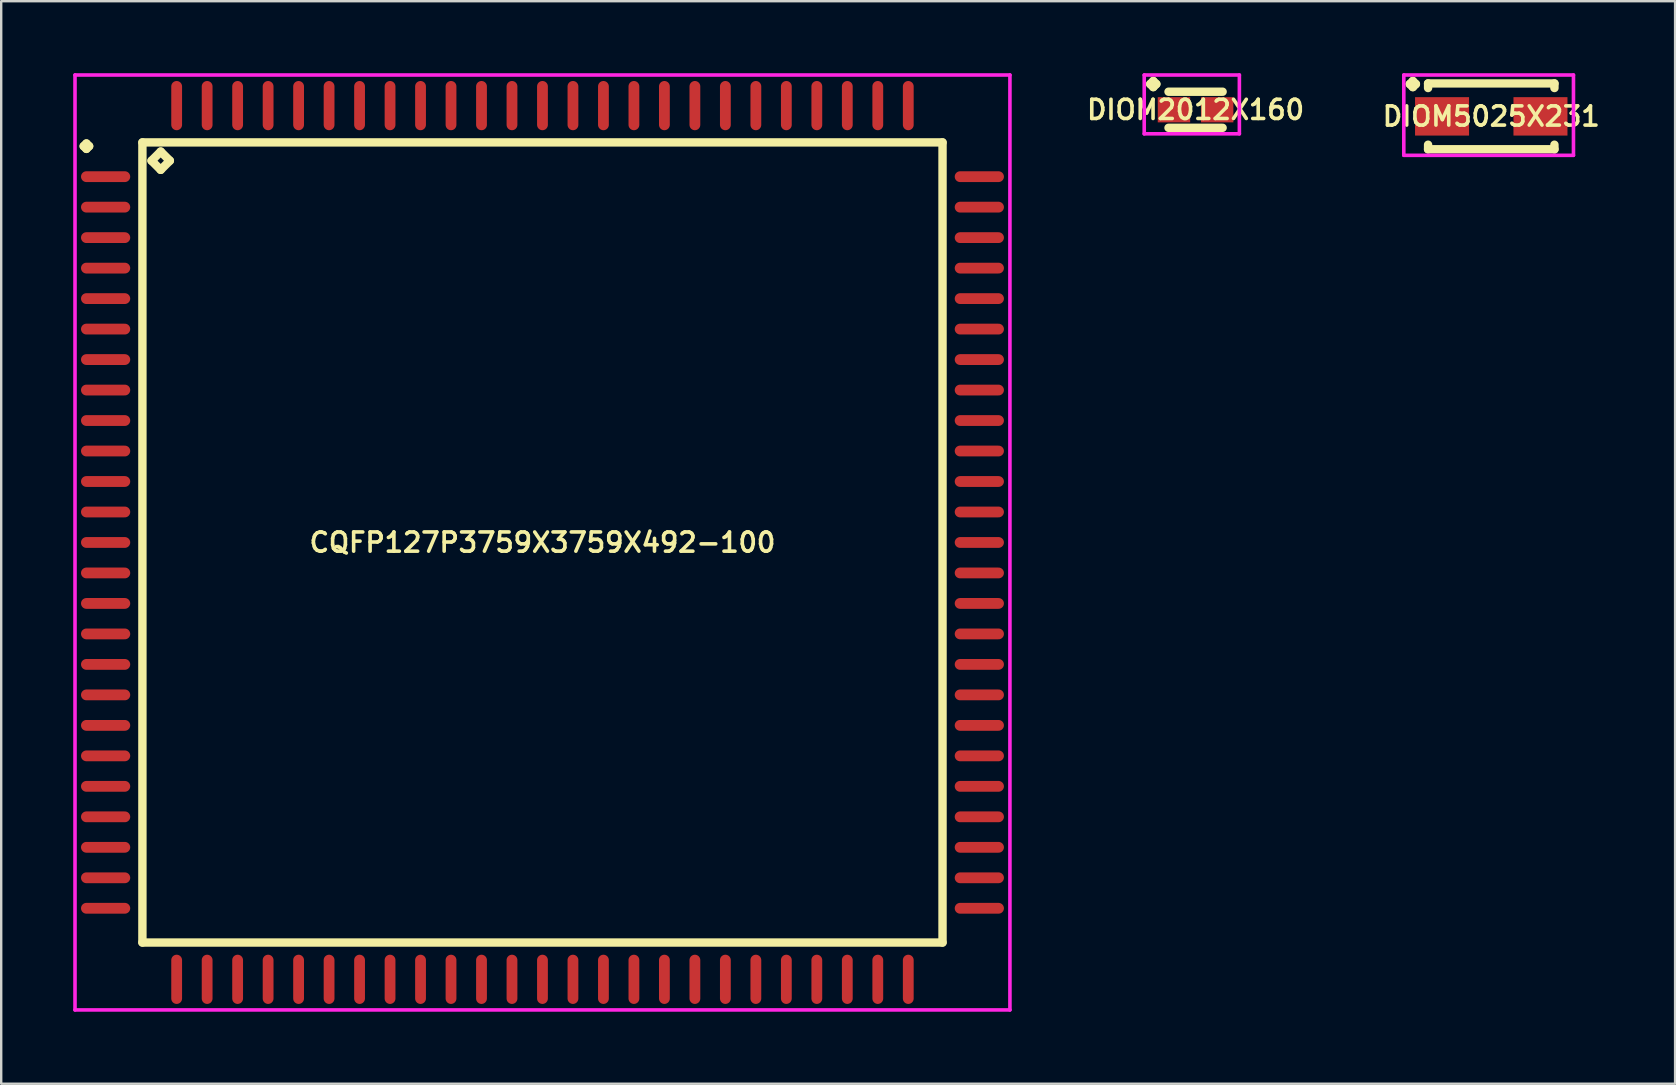
<source format=kicad_pcb>
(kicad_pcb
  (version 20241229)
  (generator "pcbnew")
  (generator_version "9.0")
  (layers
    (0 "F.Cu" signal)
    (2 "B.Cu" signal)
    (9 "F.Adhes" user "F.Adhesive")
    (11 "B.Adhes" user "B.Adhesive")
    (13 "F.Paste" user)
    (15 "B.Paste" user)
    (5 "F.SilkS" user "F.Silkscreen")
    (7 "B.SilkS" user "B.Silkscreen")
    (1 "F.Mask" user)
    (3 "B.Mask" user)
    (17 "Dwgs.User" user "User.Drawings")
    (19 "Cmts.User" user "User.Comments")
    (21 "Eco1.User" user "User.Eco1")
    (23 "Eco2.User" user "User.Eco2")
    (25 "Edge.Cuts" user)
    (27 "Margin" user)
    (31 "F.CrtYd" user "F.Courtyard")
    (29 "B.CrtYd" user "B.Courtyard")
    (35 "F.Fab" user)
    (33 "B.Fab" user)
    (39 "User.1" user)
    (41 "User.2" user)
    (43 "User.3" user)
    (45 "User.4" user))
  (footprint "DIOM5025X231"
    (layer "F.Cu")
    (at 59.078 1.798)
    (property "Reference" "DIOM5025X231" (at 0 0 0) (layer "F.SilkS") (effects (font (size 0.8 0.8) (thickness 0.15))))
    (attr smd)
    (fp_line (start -3.394 -1.346) (end -3.267 -1.473) (stroke (width 0.35) (type solid)) (layer "F.SilkS"))
    (fp_line (start -3.267 -1.473) (end -3.14 -1.346) (stroke (width 0.35) (type solid)) (layer "F.SilkS"))
    (fp_line (start -3.267 -1.219) (end -3.394 -1.346) (stroke (width 0.35) (type solid)) (layer "F.SilkS"))
    (fp_line (start -3.14 -1.346) (end -3.267 -1.219) (stroke (width 0.35) (type solid)) (layer "F.SilkS"))
    (fp_line (start -2.632 -1.372) (end 2.632 -1.372) (stroke (width 0.35) (type solid)) (layer "F.SilkS"))
    (fp_line (start -2.632 -1.181) (end -2.632 -1.372) (stroke (width 0.35) (type solid)) (layer "F.SilkS"))
    (fp_line (start -2.632 1.181) (end -2.632 1.372) (stroke (width 0.35) (type solid)) (layer "F.SilkS"))
    (fp_line (start -2.632 1.372) (end 2.632 1.372) (stroke (width 0.35) (type solid)) (layer "F.SilkS"))
    (fp_line (start 2.632 -1.372) (end 2.632 -1.181) (stroke (width 0.35) (type solid)) (layer "F.SilkS"))
    (fp_line (start 2.632 1.372) (end 2.632 1.181) (stroke (width 0.35) (type solid)) (layer "F.SilkS"))
    (fp_line (start -3.644 -1.723) (end 3.425 -1.723) (stroke (width 0.15) (type solid)) (layer "F.CrtYd"))
    (fp_line (start -3.644 1.622) (end -3.644 -1.723) (stroke (width 0.15) (type solid)) (layer "F.CrtYd"))
    (fp_line (start 3.425 -1.723) (end 3.425 1.622) (stroke (width 0.15) (type solid)) (layer "F.CrtYd"))
    (fp_line (start 3.425 1.622) (end -3.644 1.622) (stroke (width 0.15) (type solid)) (layer "F.CrtYd"))
    (pad "1" smd rect (at -2.05 0) (size 2.25 1.6) (layers "F.Cu" "F.Mask" "F.Paste"))
    (pad "2" smd rect (at 2.05 0) (size 2.25 1.6) (layers "F.Cu" "F.Mask" "F.Paste")))
  (footprint "DIOM2012X160"
    (layer "F.Cu")
    (at 46.759 1.523)
    (property "Reference" "DIOM2012X160" (at 0 0 0) (layer "F.SilkS") (effects (font (size 0.8 0.8) (thickness 0.15))))
    (attr smd)
    (fp_line (start -1.889 -1.071) (end -1.762 -1.198) (stroke (width 0.35) (type solid)) (layer "F.SilkS"))
    (fp_line (start -1.762 -1.198) (end -1.635 -1.071) (stroke (width 0.35) (type solid)) (layer "F.SilkS"))
    (fp_line (start -1.762 -0.944) (end -1.889 -1.071) (stroke (width 0.35) (type solid)) (layer "F.SilkS"))
    (fp_line (start -1.635 -1.071) (end -1.762 -0.944) (stroke (width 0.35) (type solid)) (layer "F.SilkS"))
    (fp_line (start -1.127 -0.752) (end 1.127 -0.752) (stroke (width 0.35) (type solid)) (layer "F.SilkS"))
    (fp_line (start -1.127 0.752) (end 1.127 0.752) (stroke (width 0.35) (type solid)) (layer "F.SilkS"))
    (fp_line (start -2.139 -1.448) (end 1.825 -1.448) (stroke (width 0.15) (type solid)) (layer "F.CrtYd"))
    (fp_line (start -2.139 1.002) (end -2.139 -1.448) (stroke (width 0.15) (type solid)) (layer "F.CrtYd"))
    (fp_line (start 1.825 -1.448) (end 1.825 1.002) (stroke (width 0.15) (type solid)) (layer "F.CrtYd"))
    (fp_line (start 1.825 1.002) (end -2.139 1.002) (stroke (width 0.15) (type solid)) (layer "F.CrtYd"))
    (pad "1" smd rect (at -0.9 0) (size 1.35 1.05) (layers "F.Cu" "F.Mask" "F.Paste"))
    (pad "2" smd rect (at 0.9 0) (size 1.35 1.05) (layers "F.Cu" "F.Mask" "F.Paste")))
  (footprint "CQFP127P3759X3759X492-100"
    (layer "F.Cu")
    (at 19.55 19.55)
    (property "Reference" "CQFP127P3759X3759X492-100" (at 0 0 0) (layer "F.SilkS") (effects (font (size 0.8 0.8) (thickness 0.15))))
    (attr smd)
    (fp_line (start -19.113 -16.51) (end -19 -16.622) (stroke (width 0.35) (type solid)) (layer "F.SilkS"))
    (fp_line (start -19 -16.622) (end -18.887 -16.51) (stroke (width 0.35) (type solid)) (layer "F.SilkS"))
    (fp_line (start -19 -16.398) (end -19.113 -16.51) (stroke (width 0.35) (type solid)) (layer "F.SilkS"))
    (fp_line (start -18.887 -16.51) (end -19 -16.398) (stroke (width 0.35) (type solid)) (layer "F.SilkS"))
    (fp_line (start -16.667 -16.667) (end -16.667 16.667) (stroke (width 0.35) (type solid)) (layer "F.SilkS"))
    (fp_line (start -16.667 16.667) (end 16.667 16.667) (stroke (width 0.35) (type solid)) (layer "F.SilkS"))
    (fp_line (start -16.286 -15.905) (end -15.905 -16.286) (stroke (width 0.35) (type solid)) (layer "F.SilkS"))
    (fp_line (start -15.905 -16.286) (end -15.524 -15.905) (stroke (width 0.35) (type solid)) (layer "F.SilkS"))
    (fp_line (start -15.905 -15.524) (end -16.286 -15.905) (stroke (width 0.35) (type solid)) (layer "F.SilkS"))
    (fp_line (start -15.524 -15.905) (end -15.905 -15.524) (stroke (width 0.35) (type solid)) (layer "F.SilkS"))
    (fp_line (start 16.667 -16.667) (end -16.667 -16.667) (stroke (width 0.35) (type solid)) (layer "F.SilkS"))
    (fp_line (start 16.667 16.667) (end 16.667 -16.667) (stroke (width 0.35) (type solid)) (layer "F.SilkS"))
    (fp_line (start -19.475 -19.475) (end 19.475 -19.475) (stroke (width 0.15) (type solid)) (layer "F.CrtYd"))
    (fp_line (start -19.475 19.475) (end -19.475 -19.475) (stroke (width 0.15) (type solid)) (layer "F.CrtYd"))
    (fp_line (start 19.475 -19.475) (end 19.475 19.475) (stroke (width 0.15) (type solid)) (layer "F.CrtYd"))
    (fp_line (start 19.475 19.475) (end -19.475 19.475) (stroke (width 0.15) (type solid)) (layer "F.CrtYd"))
    (pad "1" smd oval (at -18.2 -15.24) (size 2.05 0.45) (layers "F.Cu" "F.Mask" "F.Paste"))
    (pad "2" smd oval (at -18.2 -13.97) (size 2.05 0.45) (layers "F.Cu" "F.Mask" "F.Paste"))
    (pad "3" smd oval (at -18.2 -12.7) (size 2.05 0.45) (layers "F.Cu" "F.Mask" "F.Paste"))
    (pad "4" smd oval (at -18.2 -11.43) (size 2.05 0.45) (layers "F.Cu" "F.Mask" "F.Paste"))
    (pad "5" smd oval (at -18.2 -10.16) (size 2.05 0.45) (layers "F.Cu" "F.Mask" "F.Paste"))
    (pad "6" smd oval (at -18.2 -8.89) (size 2.05 0.45) (layers "F.Cu" "F.Mask" "F.Paste"))
    (pad "7" smd oval (at -18.2 -7.62) (size 2.05 0.45) (layers "F.Cu" "F.Mask" "F.Paste"))
    (pad "8" smd oval (at -18.2 -6.35) (size 2.05 0.45) (layers "F.Cu" "F.Mask" "F.Paste"))
    (pad "9" smd oval (at -18.2 -5.08) (size 2.05 0.45) (layers "F.Cu" "F.Mask" "F.Paste"))
    (pad "10" smd oval (at -18.2 -3.81) (size 2.05 0.45) (layers "F.Cu" "F.Mask" "F.Paste"))
    (pad "11" smd oval (at -18.2 -2.54) (size 2.05 0.45) (layers "F.Cu" "F.Mask" "F.Paste"))
    (pad "12" smd oval (at -18.2 -1.27) (size 2.05 0.45) (layers "F.Cu" "F.Mask" "F.Paste"))
    (pad "13" smd oval (at -18.2 0) (size 2.05 0.45) (layers "F.Cu" "F.Mask" "F.Paste"))
    (pad "14" smd oval (at -18.2 1.27) (size 2.05 0.45) (layers "F.Cu" "F.Mask" "F.Paste"))
    (pad "15" smd oval (at -18.2 2.54) (size 2.05 0.45) (layers "F.Cu" "F.Mask" "F.Paste"))
    (pad "16" smd oval (at -18.2 3.81) (size 2.05 0.45) (layers "F.Cu" "F.Mask" "F.Paste"))
    (pad "17" smd oval (at -18.2 5.08) (size 2.05 0.45) (layers "F.Cu" "F.Mask" "F.Paste"))
    (pad "18" smd oval (at -18.2 6.35) (size 2.05 0.45) (layers "F.Cu" "F.Mask" "F.Paste"))
    (pad "19" smd oval (at -18.2 7.62) (size 2.05 0.45) (layers "F.Cu" "F.Mask" "F.Paste"))
    (pad "20" smd oval (at -18.2 8.89) (size 2.05 0.45) (layers "F.Cu" "F.Mask" "F.Paste"))
    (pad "21" smd oval (at -18.2 10.16) (size 2.05 0.45) (layers "F.Cu" "F.Mask" "F.Paste"))
    (pad "22" smd oval (at -18.2 11.43) (size 2.05 0.45) (layers "F.Cu" "F.Mask" "F.Paste"))
    (pad "23" smd oval (at -18.2 12.7) (size 2.05 0.45) (layers "F.Cu" "F.Mask" "F.Paste"))
    (pad "24" smd oval (at -18.2 13.97) (size 2.05 0.45) (layers "F.Cu" "F.Mask" "F.Paste"))
    (pad "25" smd oval (at -18.2 15.24) (size 2.05 0.45) (layers "F.Cu" "F.Mask" "F.Paste"))
    (pad "26" smd oval (at -15.24 18.2) (size 0.45 2.05) (layers "F.Cu" "F.Mask" "F.Paste"))
    (pad "27" smd oval (at -13.97 18.2) (size 0.45 2.05) (layers "F.Cu" "F.Mask" "F.Paste"))
    (pad "28" smd oval (at -12.7 18.2) (size 0.45 2.05) (layers "F.Cu" "F.Mask" "F.Paste"))
    (pad "29" smd oval (at -11.43 18.2) (size 0.45 2.05) (layers "F.Cu" "F.Mask" "F.Paste"))
    (pad "30" smd oval (at -10.16 18.2) (size 0.45 2.05) (layers "F.Cu" "F.Mask" "F.Paste"))
    (pad "31" smd oval (at -8.89 18.2) (size 0.45 2.05) (layers "F.Cu" "F.Mask" "F.Paste"))
    (pad "32" smd oval (at -7.62 18.2) (size 0.45 2.05) (layers "F.Cu" "F.Mask" "F.Paste"))
    (pad "33" smd oval (at -6.35 18.2) (size 0.45 2.05) (layers "F.Cu" "F.Mask" "F.Paste"))
    (pad "34" smd oval (at -5.08 18.2) (size 0.45 2.05) (layers "F.Cu" "F.Mask" "F.Paste"))
    (pad "35" smd oval (at -3.81 18.2) (size 0.45 2.05) (layers "F.Cu" "F.Mask" "F.Paste"))
    (pad "36" smd oval (at -2.54 18.2) (size 0.45 2.05) (layers "F.Cu" "F.Mask" "F.Paste"))
    (pad "37" smd oval (at -1.27 18.2) (size 0.45 2.05) (layers "F.Cu" "F.Mask" "F.Paste"))
    (pad "38" smd oval (at 0 18.2) (size 0.45 2.05) (layers "F.Cu" "F.Mask" "F.Paste"))
    (pad "39" smd oval (at 1.27 18.2) (size 0.45 2.05) (layers "F.Cu" "F.Mask" "F.Paste"))
    (pad "40" smd oval (at 2.54 18.2) (size 0.45 2.05) (layers "F.Cu" "F.Mask" "F.Paste"))
    (pad "41" smd oval (at 3.81 18.2) (size 0.45 2.05) (layers "F.Cu" "F.Mask" "F.Paste"))
    (pad "42" smd oval (at 5.08 18.2) (size 0.45 2.05) (layers "F.Cu" "F.Mask" "F.Paste"))
    (pad "43" smd oval (at 6.35 18.2) (size 0.45 2.05) (layers "F.Cu" "F.Mask" "F.Paste"))
    (pad "44" smd oval (at 7.62 18.2) (size 0.45 2.05) (layers "F.Cu" "F.Mask" "F.Paste"))
    (pad "45" smd oval (at 8.89 18.2) (size 0.45 2.05) (layers "F.Cu" "F.Mask" "F.Paste"))
    (pad "46" smd oval (at 10.16 18.2) (size 0.45 2.05) (layers "F.Cu" "F.Mask" "F.Paste"))
    (pad "47" smd oval (at 11.43 18.2) (size 0.45 2.05) (layers "F.Cu" "F.Mask" "F.Paste"))
    (pad "48" smd oval (at 12.7 18.2) (size 0.45 2.05) (layers "F.Cu" "F.Mask" "F.Paste"))
    (pad "49" smd oval (at 13.97 18.2) (size 0.45 2.05) (layers "F.Cu" "F.Mask" "F.Paste"))
    (pad "50" smd oval (at 15.24 18.2) (size 0.45 2.05) (layers "F.Cu" "F.Mask" "F.Paste"))
    (pad "51" smd oval (at 18.2 15.24) (size 2.05 0.45) (layers "F.Cu" "F.Mask" "F.Paste"))
    (pad "52" smd oval (at 18.2 13.97) (size 2.05 0.45) (layers "F.Cu" "F.Mask" "F.Paste"))
    (pad "53" smd oval (at 18.2 12.7) (size 2.05 0.45) (layers "F.Cu" "F.Mask" "F.Paste"))
    (pad "54" smd oval (at 18.2 11.43) (size 2.05 0.45) (layers "F.Cu" "F.Mask" "F.Paste"))
    (pad "55" smd oval (at 18.2 10.16) (size 2.05 0.45) (layers "F.Cu" "F.Mask" "F.Paste"))
    (pad "56" smd oval (at 18.2 8.89) (size 2.05 0.45) (layers "F.Cu" "F.Mask" "F.Paste"))
    (pad "57" smd oval (at 18.2 7.62) (size 2.05 0.45) (layers "F.Cu" "F.Mask" "F.Paste"))
    (pad "58" smd oval (at 18.2 6.35) (size 2.05 0.45) (layers "F.Cu" "F.Mask" "F.Paste"))
    (pad "59" smd oval (at 18.2 5.08) (size 2.05 0.45) (layers "F.Cu" "F.Mask" "F.Paste"))
    (pad "60" smd oval (at 18.2 3.81) (size 2.05 0.45) (layers "F.Cu" "F.Mask" "F.Paste"))
    (pad "61" smd oval (at 18.2 2.54) (size 2.05 0.45) (layers "F.Cu" "F.Mask" "F.Paste"))
    (pad "62" smd oval (at 18.2 1.27) (size 2.05 0.45) (layers "F.Cu" "F.Mask" "F.Paste"))
    (pad "63" smd oval (at 18.2 0) (size 2.05 0.45) (layers "F.Cu" "F.Mask" "F.Paste"))
    (pad "64" smd oval (at 18.2 -1.27) (size 2.05 0.45) (layers "F.Cu" "F.Mask" "F.Paste"))
    (pad "65" smd oval (at 18.2 -2.54) (size 2.05 0.45) (layers "F.Cu" "F.Mask" "F.Paste"))
    (pad "66" smd oval (at 18.2 -3.81) (size 2.05 0.45) (layers "F.Cu" "F.Mask" "F.Paste"))
    (pad "67" smd oval (at 18.2 -5.08) (size 2.05 0.45) (layers "F.Cu" "F.Mask" "F.Paste"))
    (pad "68" smd oval (at 18.2 -6.35) (size 2.05 0.45) (layers "F.Cu" "F.Mask" "F.Paste"))
    (pad "69" smd oval (at 18.2 -7.62) (size 2.05 0.45) (layers "F.Cu" "F.Mask" "F.Paste"))
    (pad "70" smd oval (at 18.2 -8.89) (size 2.05 0.45) (layers "F.Cu" "F.Mask" "F.Paste"))
    (pad "71" smd oval (at 18.2 -10.16) (size 2.05 0.45) (layers "F.Cu" "F.Mask" "F.Paste"))
    (pad "72" smd oval (at 18.2 -11.43) (size 2.05 0.45) (layers "F.Cu" "F.Mask" "F.Paste"))
    (pad "73" smd oval (at 18.2 -12.7) (size 2.05 0.45) (layers "F.Cu" "F.Mask" "F.Paste"))
    (pad "74" smd oval (at 18.2 -13.97) (size 2.05 0.45) (layers "F.Cu" "F.Mask" "F.Paste"))
    (pad "75" smd oval (at 18.2 -15.24) (size 2.05 0.45) (layers "F.Cu" "F.Mask" "F.Paste"))
    (pad "76" smd oval (at 15.24 -18.2) (size 0.45 2.05) (layers "F.Cu" "F.Mask" "F.Paste"))
    (pad "77" smd oval (at 13.97 -18.2) (size 0.45 2.05) (layers "F.Cu" "F.Mask" "F.Paste"))
    (pad "78" smd oval (at 12.7 -18.2) (size 0.45 2.05) (layers "F.Cu" "F.Mask" "F.Paste"))
    (pad "79" smd oval (at 11.43 -18.2) (size 0.45 2.05) (layers "F.Cu" "F.Mask" "F.Paste"))
    (pad "80" smd oval (at 10.16 -18.2) (size 0.45 2.05) (layers "F.Cu" "F.Mask" "F.Paste"))
    (pad "81" smd oval (at 8.89 -18.2) (size 0.45 2.05) (layers "F.Cu" "F.Mask" "F.Paste"))
    (pad "82" smd oval (at 7.62 -18.2) (size 0.45 2.05) (layers "F.Cu" "F.Mask" "F.Paste"))
    (pad "83" smd oval (at 6.35 -18.2) (size 0.45 2.05) (layers "F.Cu" "F.Mask" "F.Paste"))
    (pad "84" smd oval (at 5.08 -18.2) (size 0.45 2.05) (layers "F.Cu" "F.Mask" "F.Paste"))
    (pad "85" smd oval (at 3.81 -18.2) (size 0.45 2.05) (layers "F.Cu" "F.Mask" "F.Paste"))
    (pad "86" smd oval (at 2.54 -18.2) (size 0.45 2.05) (layers "F.Cu" "F.Mask" "F.Paste"))
    (pad "87" smd oval (at 1.27 -18.2) (size 0.45 2.05) (layers "F.Cu" "F.Mask" "F.Paste"))
    (pad "88" smd oval (at 0 -18.2) (size 0.45 2.05) (layers "F.Cu" "F.Mask" "F.Paste"))
    (pad "89" smd oval (at -1.27 -18.2) (size 0.45 2.05) (layers "F.Cu" "F.Mask" "F.Paste"))
    (pad "90" smd oval (at -2.54 -18.2) (size 0.45 2.05) (layers "F.Cu" "F.Mask" "F.Paste"))
    (pad "91" smd oval (at -3.81 -18.2) (size 0.45 2.05) (layers "F.Cu" "F.Mask" "F.Paste"))
    (pad "92" smd oval (at -5.08 -18.2) (size 0.45 2.05) (layers "F.Cu" "F.Mask" "F.Paste"))
    (pad "93" smd oval (at -6.35 -18.2) (size 0.45 2.05) (layers "F.Cu" "F.Mask" "F.Paste"))
    (pad "94" smd oval (at -7.62 -18.2) (size 0.45 2.05) (layers "F.Cu" "F.Mask" "F.Paste"))
    (pad "95" smd oval (at -8.89 -18.2) (size 0.45 2.05) (layers "F.Cu" "F.Mask" "F.Paste"))
    (pad "96" smd oval (at -10.16 -18.2) (size 0.45 2.05) (layers "F.Cu" "F.Mask" "F.Paste"))
    (pad "97" smd oval (at -11.43 -18.2) (size 0.45 2.05) (layers "F.Cu" "F.Mask" "F.Paste"))
    (pad "98" smd oval (at -12.7 -18.2) (size 0.45 2.05) (layers "F.Cu" "F.Mask" "F.Paste"))
    (pad "99" smd oval (at -13.97 -18.2) (size 0.45 2.05) (layers "F.Cu" "F.Mask" "F.Paste"))
    (pad "100" smd oval (at -15.24 -18.2) (size 0.45 2.05) (layers "F.Cu" "F.Mask" "F.Paste")))
  (gr_rect
    (start -3 -3)
    (end 66.737 42.1)
    (stroke (width 0.1) (type default))
    (fill no)
    (layer "Edge.Cuts")))
</source>
